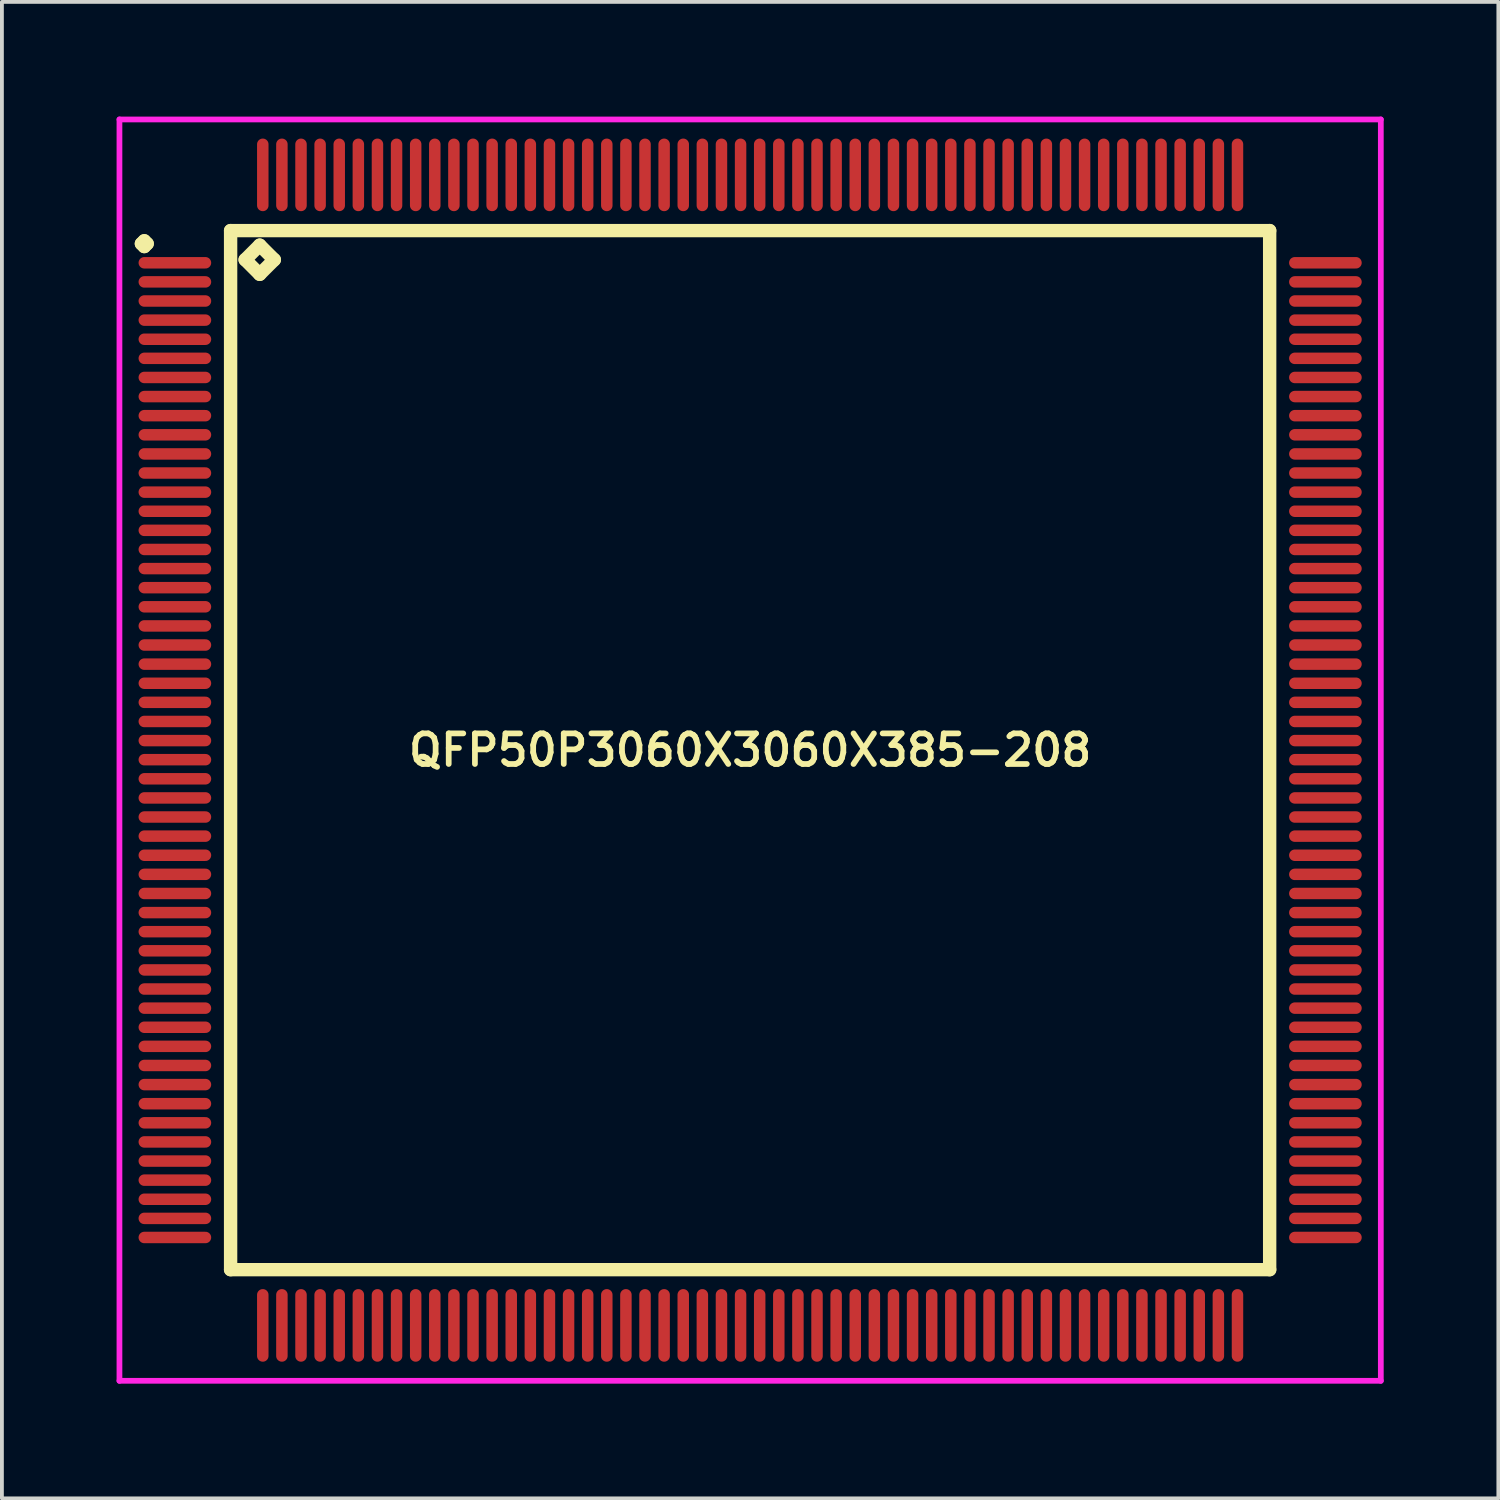
<source format=kicad_pcb>
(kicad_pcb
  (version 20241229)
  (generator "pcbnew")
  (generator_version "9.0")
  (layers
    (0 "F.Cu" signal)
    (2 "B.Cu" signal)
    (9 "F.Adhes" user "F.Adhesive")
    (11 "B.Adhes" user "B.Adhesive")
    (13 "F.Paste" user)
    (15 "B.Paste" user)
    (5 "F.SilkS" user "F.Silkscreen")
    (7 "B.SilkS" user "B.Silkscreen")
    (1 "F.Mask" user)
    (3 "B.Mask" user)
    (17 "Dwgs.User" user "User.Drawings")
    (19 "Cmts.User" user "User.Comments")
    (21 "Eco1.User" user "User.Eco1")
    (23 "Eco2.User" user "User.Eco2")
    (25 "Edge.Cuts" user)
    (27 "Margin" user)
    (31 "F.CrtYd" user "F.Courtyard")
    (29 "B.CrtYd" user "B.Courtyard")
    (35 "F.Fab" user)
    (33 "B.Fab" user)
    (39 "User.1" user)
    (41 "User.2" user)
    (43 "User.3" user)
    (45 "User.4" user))
  (footprint "QFP50P3060X3060X385-208"
    (layer "F.Cu")
    (at 16.575 16.575)
    (property "Reference" "QFP50P3060X3060X385-208" (at 0 0 0) (layer "F.SilkS") (effects (font (size 0.8 0.8) (thickness 0.15))))
    (attr smd)
    (fp_line (start -15.925 -13.25) (end -15.85 -13.325) (stroke (width 0.35) (type solid)) (layer "F.SilkS"))
    (fp_line (start -15.85 -13.325) (end -15.775 -13.25) (stroke (width 0.35) (type solid)) (layer "F.SilkS"))
    (fp_line (start -15.85 -13.175) (end -15.925 -13.25) (stroke (width 0.35) (type solid)) (layer "F.SilkS"))
    (fp_line (start -15.775 -13.25) (end -15.85 -13.175) (stroke (width 0.35) (type solid)) (layer "F.SilkS"))
    (fp_line (start -13.592 -13.592) (end -13.592 13.592) (stroke (width 0.35) (type solid)) (layer "F.SilkS"))
    (fp_line (start -13.592 13.592) (end 13.592 13.592) (stroke (width 0.35) (type solid)) (layer "F.SilkS"))
    (fp_line (start -13.211 -12.83) (end -12.83 -13.211) (stroke (width 0.35) (type solid)) (layer "F.SilkS"))
    (fp_line (start -12.83 -13.211) (end -12.449 -12.83) (stroke (width 0.35) (type solid)) (layer "F.SilkS"))
    (fp_line (start -12.83 -12.449) (end -13.211 -12.83) (stroke (width 0.35) (type solid)) (layer "F.SilkS"))
    (fp_line (start -12.449 -12.83) (end -12.83 -12.449) (stroke (width 0.35) (type solid)) (layer "F.SilkS"))
    (fp_line (start 13.592 -13.592) (end -13.592 -13.592) (stroke (width 0.35) (type solid)) (layer "F.SilkS"))
    (fp_line (start 13.592 13.592) (end 13.592 -13.592) (stroke (width 0.35) (type solid)) (layer "F.SilkS"))
    (fp_line (start -16.5 -16.5) (end 16.5 -16.5) (stroke (width 0.15) (type solid)) (layer "F.CrtYd"))
    (fp_line (start -16.5 16.5) (end -16.5 -16.5) (stroke (width 0.15) (type solid)) (layer "F.CrtYd"))
    (fp_line (start 16.5 -16.5) (end 16.5 16.5) (stroke (width 0.15) (type solid)) (layer "F.CrtYd"))
    (fp_line (start 16.5 16.5) (end -16.5 16.5) (stroke (width 0.15) (type solid)) (layer "F.CrtYd"))
    (pad "1" smd oval (at -15.05 -12.75) (size 1.9 0.3) (layers "F.Cu" "F.Mask" "F.Paste"))
    (pad "2" smd oval (at -15.05 -12.25) (size 1.9 0.3) (layers "F.Cu" "F.Mask" "F.Paste"))
    (pad "3" smd oval (at -15.05 -11.75) (size 1.9 0.3) (layers "F.Cu" "F.Mask" "F.Paste"))
    (pad "4" smd oval (at -15.05 -11.25) (size 1.9 0.3) (layers "F.Cu" "F.Mask" "F.Paste"))
    (pad "5" smd oval (at -15.05 -10.75) (size 1.9 0.3) (layers "F.Cu" "F.Mask" "F.Paste"))
    (pad "6" smd oval (at -15.05 -10.25) (size 1.9 0.3) (layers "F.Cu" "F.Mask" "F.Paste"))
    (pad "7" smd oval (at -15.05 -9.75) (size 1.9 0.3) (layers "F.Cu" "F.Mask" "F.Paste"))
    (pad "8" smd oval (at -15.05 -9.25) (size 1.9 0.3) (layers "F.Cu" "F.Mask" "F.Paste"))
    (pad "9" smd oval (at -15.05 -8.75) (size 1.9 0.3) (layers "F.Cu" "F.Mask" "F.Paste"))
    (pad "10" smd oval (at -15.05 -8.25) (size 1.9 0.3) (layers "F.Cu" "F.Mask" "F.Paste"))
    (pad "11" smd oval (at -15.05 -7.75) (size 1.9 0.3) (layers "F.Cu" "F.Mask" "F.Paste"))
    (pad "12" smd oval (at -15.05 -7.25) (size 1.9 0.3) (layers "F.Cu" "F.Mask" "F.Paste"))
    (pad "13" smd oval (at -15.05 -6.75) (size 1.9 0.3) (layers "F.Cu" "F.Mask" "F.Paste"))
    (pad "14" smd oval (at -15.05 -6.25) (size 1.9 0.3) (layers "F.Cu" "F.Mask" "F.Paste"))
    (pad "15" smd oval (at -15.05 -5.75) (size 1.9 0.3) (layers "F.Cu" "F.Mask" "F.Paste"))
    (pad "16" smd oval (at -15.05 -5.25) (size 1.9 0.3) (layers "F.Cu" "F.Mask" "F.Paste"))
    (pad "17" smd oval (at -15.05 -4.75) (size 1.9 0.3) (layers "F.Cu" "F.Mask" "F.Paste"))
    (pad "18" smd oval (at -15.05 -4.25) (size 1.9 0.3) (layers "F.Cu" "F.Mask" "F.Paste"))
    (pad "19" smd oval (at -15.05 -3.75) (size 1.9 0.3) (layers "F.Cu" "F.Mask" "F.Paste"))
    (pad "20" smd oval (at -15.05 -3.25) (size 1.9 0.3) (layers "F.Cu" "F.Mask" "F.Paste"))
    (pad "21" smd oval (at -15.05 -2.75) (size 1.9 0.3) (layers "F.Cu" "F.Mask" "F.Paste"))
    (pad "22" smd oval (at -15.05 -2.25) (size 1.9 0.3) (layers "F.Cu" "F.Mask" "F.Paste"))
    (pad "23" smd oval (at -15.05 -1.75) (size 1.9 0.3) (layers "F.Cu" "F.Mask" "F.Paste"))
    (pad "24" smd oval (at -15.05 -1.25) (size 1.9 0.3) (layers "F.Cu" "F.Mask" "F.Paste"))
    (pad "25" smd oval (at -15.05 -0.75) (size 1.9 0.3) (layers "F.Cu" "F.Mask" "F.Paste"))
    (pad "26" smd oval (at -15.05 -0.25) (size 1.9 0.3) (layers "F.Cu" "F.Mask" "F.Paste"))
    (pad "27" smd oval (at -15.05 0.25) (size 1.9 0.3) (layers "F.Cu" "F.Mask" "F.Paste"))
    (pad "28" smd oval (at -15.05 0.75) (size 1.9 0.3) (layers "F.Cu" "F.Mask" "F.Paste"))
    (pad "29" smd oval (at -15.05 1.25) (size 1.9 0.3) (layers "F.Cu" "F.Mask" "F.Paste"))
    (pad "30" smd oval (at -15.05 1.75) (size 1.9 0.3) (layers "F.Cu" "F.Mask" "F.Paste"))
    (pad "31" smd oval (at -15.05 2.25) (size 1.9 0.3) (layers "F.Cu" "F.Mask" "F.Paste"))
    (pad "32" smd oval (at -15.05 2.75) (size 1.9 0.3) (layers "F.Cu" "F.Mask" "F.Paste"))
    (pad "33" smd oval (at -15.05 3.25) (size 1.9 0.3) (layers "F.Cu" "F.Mask" "F.Paste"))
    (pad "34" smd oval (at -15.05 3.75) (size 1.9 0.3) (layers "F.Cu" "F.Mask" "F.Paste"))
    (pad "35" smd oval (at -15.05 4.25) (size 1.9 0.3) (layers "F.Cu" "F.Mask" "F.Paste"))
    (pad "36" smd oval (at -15.05 4.75) (size 1.9 0.3) (layers "F.Cu" "F.Mask" "F.Paste"))
    (pad "37" smd oval (at -15.05 5.25) (size 1.9 0.3) (layers "F.Cu" "F.Mask" "F.Paste"))
    (pad "38" smd oval (at -15.05 5.75) (size 1.9 0.3) (layers "F.Cu" "F.Mask" "F.Paste"))
    (pad "39" smd oval (at -15.05 6.25) (size 1.9 0.3) (layers "F.Cu" "F.Mask" "F.Paste"))
    (pad "40" smd oval (at -15.05 6.75) (size 1.9 0.3) (layers "F.Cu" "F.Mask" "F.Paste"))
    (pad "41" smd oval (at -15.05 7.25) (size 1.9 0.3) (layers "F.Cu" "F.Mask" "F.Paste"))
    (pad "42" smd oval (at -15.05 7.75) (size 1.9 0.3) (layers "F.Cu" "F.Mask" "F.Paste"))
    (pad "43" smd oval (at -15.05 8.25) (size 1.9 0.3) (layers "F.Cu" "F.Mask" "F.Paste"))
    (pad "44" smd oval (at -15.05 8.75) (size 1.9 0.3) (layers "F.Cu" "F.Mask" "F.Paste"))
    (pad "45" smd oval (at -15.05 9.25) (size 1.9 0.3) (layers "F.Cu" "F.Mask" "F.Paste"))
    (pad "46" smd oval (at -15.05 9.75) (size 1.9 0.3) (layers "F.Cu" "F.Mask" "F.Paste"))
    (pad "47" smd oval (at -15.05 10.25) (size 1.9 0.3) (layers "F.Cu" "F.Mask" "F.Paste"))
    (pad "48" smd oval (at -15.05 10.75) (size 1.9 0.3) (layers "F.Cu" "F.Mask" "F.Paste"))
    (pad "49" smd oval (at -15.05 11.25) (size 1.9 0.3) (layers "F.Cu" "F.Mask" "F.Paste"))
    (pad "50" smd oval (at -15.05 11.75) (size 1.9 0.3) (layers "F.Cu" "F.Mask" "F.Paste"))
    (pad "51" smd oval (at -15.05 12.25) (size 1.9 0.3) (layers "F.Cu" "F.Mask" "F.Paste"))
    (pad "52" smd oval (at -15.05 12.75) (size 1.9 0.3) (layers "F.Cu" "F.Mask" "F.Paste"))
    (pad "53" smd oval (at -12.75 15.05) (size 0.3 1.9) (layers "F.Cu" "F.Mask" "F.Paste"))
    (pad "54" smd oval (at -12.25 15.05) (size 0.3 1.9) (layers "F.Cu" "F.Mask" "F.Paste"))
    (pad "55" smd oval (at -11.75 15.05) (size 0.3 1.9) (layers "F.Cu" "F.Mask" "F.Paste"))
    (pad "56" smd oval (at -11.25 15.05) (size 0.3 1.9) (layers "F.Cu" "F.Mask" "F.Paste"))
    (pad "57" smd oval (at -10.75 15.05) (size 0.3 1.9) (layers "F.Cu" "F.Mask" "F.Paste"))
    (pad "58" smd oval (at -10.25 15.05) (size 0.3 1.9) (layers "F.Cu" "F.Mask" "F.Paste"))
    (pad "59" smd oval (at -9.75 15.05) (size 0.3 1.9) (layers "F.Cu" "F.Mask" "F.Paste"))
    (pad "60" smd oval (at -9.25 15.05) (size 0.3 1.9) (layers "F.Cu" "F.Mask" "F.Paste"))
    (pad "61" smd oval (at -8.75 15.05) (size 0.3 1.9) (layers "F.Cu" "F.Mask" "F.Paste"))
    (pad "62" smd oval (at -8.25 15.05) (size 0.3 1.9) (layers "F.Cu" "F.Mask" "F.Paste"))
    (pad "63" smd oval (at -7.75 15.05) (size 0.3 1.9) (layers "F.Cu" "F.Mask" "F.Paste"))
    (pad "64" smd oval (at -7.25 15.05) (size 0.3 1.9) (layers "F.Cu" "F.Mask" "F.Paste"))
    (pad "65" smd oval (at -6.75 15.05) (size 0.3 1.9) (layers "F.Cu" "F.Mask" "F.Paste"))
    (pad "66" smd oval (at -6.25 15.05) (size 0.3 1.9) (layers "F.Cu" "F.Mask" "F.Paste"))
    (pad "67" smd oval (at -5.75 15.05) (size 0.3 1.9) (layers "F.Cu" "F.Mask" "F.Paste"))
    (pad "68" smd oval (at -5.25 15.05) (size 0.3 1.9) (layers "F.Cu" "F.Mask" "F.Paste"))
    (pad "69" smd oval (at -4.75 15.05) (size 0.3 1.9) (layers "F.Cu" "F.Mask" "F.Paste"))
    (pad "70" smd oval (at -4.25 15.05) (size 0.3 1.9) (layers "F.Cu" "F.Mask" "F.Paste"))
    (pad "71" smd oval (at -3.75 15.05) (size 0.3 1.9) (layers "F.Cu" "F.Mask" "F.Paste"))
    (pad "72" smd oval (at -3.25 15.05) (size 0.3 1.9) (layers "F.Cu" "F.Mask" "F.Paste"))
    (pad "73" smd oval (at -2.75 15.05) (size 0.3 1.9) (layers "F.Cu" "F.Mask" "F.Paste"))
    (pad "74" smd oval (at -2.25 15.05) (size 0.3 1.9) (layers "F.Cu" "F.Mask" "F.Paste"))
    (pad "75" smd oval (at -1.75 15.05) (size 0.3 1.9) (layers "F.Cu" "F.Mask" "F.Paste"))
    (pad "76" smd oval (at -1.25 15.05) (size 0.3 1.9) (layers "F.Cu" "F.Mask" "F.Paste"))
    (pad "77" smd oval (at -0.75 15.05) (size 0.3 1.9) (layers "F.Cu" "F.Mask" "F.Paste"))
    (pad "78" smd oval (at -0.25 15.05) (size 0.3 1.9) (layers "F.Cu" "F.Mask" "F.Paste"))
    (pad "79" smd oval (at 0.25 15.05) (size 0.3 1.9) (layers "F.Cu" "F.Mask" "F.Paste"))
    (pad "80" smd oval (at 0.75 15.05) (size 0.3 1.9) (layers "F.Cu" "F.Mask" "F.Paste"))
    (pad "81" smd oval (at 1.25 15.05) (size 0.3 1.9) (layers "F.Cu" "F.Mask" "F.Paste"))
    (pad "82" smd oval (at 1.75 15.05) (size 0.3 1.9) (layers "F.Cu" "F.Mask" "F.Paste"))
    (pad "83" smd oval (at 2.25 15.05) (size 0.3 1.9) (layers "F.Cu" "F.Mask" "F.Paste"))
    (pad "84" smd oval (at 2.75 15.05) (size 0.3 1.9) (layers "F.Cu" "F.Mask" "F.Paste"))
    (pad "85" smd oval (at 3.25 15.05) (size 0.3 1.9) (layers "F.Cu" "F.Mask" "F.Paste"))
    (pad "86" smd oval (at 3.75 15.05) (size 0.3 1.9) (layers "F.Cu" "F.Mask" "F.Paste"))
    (pad "87" smd oval (at 4.25 15.05) (size 0.3 1.9) (layers "F.Cu" "F.Mask" "F.Paste"))
    (pad "88" smd oval (at 4.75 15.05) (size 0.3 1.9) (layers "F.Cu" "F.Mask" "F.Paste"))
    (pad "89" smd oval (at 5.25 15.05) (size 0.3 1.9) (layers "F.Cu" "F.Mask" "F.Paste"))
    (pad "90" smd oval (at 5.75 15.05) (size 0.3 1.9) (layers "F.Cu" "F.Mask" "F.Paste"))
    (pad "91" smd oval (at 6.25 15.05) (size 0.3 1.9) (layers "F.Cu" "F.Mask" "F.Paste"))
    (pad "92" smd oval (at 6.75 15.05) (size 0.3 1.9) (layers "F.Cu" "F.Mask" "F.Paste"))
    (pad "93" smd oval (at 7.25 15.05) (size 0.3 1.9) (layers "F.Cu" "F.Mask" "F.Paste"))
    (pad "94" smd oval (at 7.75 15.05) (size 0.3 1.9) (layers "F.Cu" "F.Mask" "F.Paste"))
    (pad "95" smd oval (at 8.25 15.05) (size 0.3 1.9) (layers "F.Cu" "F.Mask" "F.Paste"))
    (pad "96" smd oval (at 8.75 15.05) (size 0.3 1.9) (layers "F.Cu" "F.Mask" "F.Paste"))
    (pad "97" smd oval (at 9.25 15.05) (size 0.3 1.9) (layers "F.Cu" "F.Mask" "F.Paste"))
    (pad "98" smd oval (at 9.75 15.05) (size 0.3 1.9) (layers "F.Cu" "F.Mask" "F.Paste"))
    (pad "99" smd oval (at 10.25 15.05) (size 0.3 1.9) (layers "F.Cu" "F.Mask" "F.Paste"))
    (pad "100" smd oval (at 10.75 15.05) (size 0.3 1.9) (layers "F.Cu" "F.Mask" "F.Paste"))
    (pad "101" smd oval (at 11.25 15.05) (size 0.3 1.9) (layers "F.Cu" "F.Mask" "F.Paste"))
    (pad "102" smd oval (at 11.75 15.05) (size 0.3 1.9) (layers "F.Cu" "F.Mask" "F.Paste"))
    (pad "103" smd oval (at 12.25 15.05) (size 0.3 1.9) (layers "F.Cu" "F.Mask" "F.Paste"))
    (pad "104" smd oval (at 12.75 15.05) (size 0.3 1.9) (layers "F.Cu" "F.Mask" "F.Paste"))
    (pad "105" smd oval (at 15.05 12.75) (size 1.9 0.3) (layers "F.Cu" "F.Mask" "F.Paste"))
    (pad "106" smd oval (at 15.05 12.25) (size 1.9 0.3) (layers "F.Cu" "F.Mask" "F.Paste"))
    (pad "107" smd oval (at 15.05 11.75) (size 1.9 0.3) (layers "F.Cu" "F.Mask" "F.Paste"))
    (pad "108" smd oval (at 15.05 11.25) (size 1.9 0.3) (layers "F.Cu" "F.Mask" "F.Paste"))
    (pad "109" smd oval (at 15.05 10.75) (size 1.9 0.3) (layers "F.Cu" "F.Mask" "F.Paste"))
    (pad "110" smd oval (at 15.05 10.25) (size 1.9 0.3) (layers "F.Cu" "F.Mask" "F.Paste"))
    (pad "111" smd oval (at 15.05 9.75) (size 1.9 0.3) (layers "F.Cu" "F.Mask" "F.Paste"))
    (pad "112" smd oval (at 15.05 9.25) (size 1.9 0.3) (layers "F.Cu" "F.Mask" "F.Paste"))
    (pad "113" smd oval (at 15.05 8.75) (size 1.9 0.3) (layers "F.Cu" "F.Mask" "F.Paste"))
    (pad "114" smd oval (at 15.05 8.25) (size 1.9 0.3) (layers "F.Cu" "F.Mask" "F.Paste"))
    (pad "115" smd oval (at 15.05 7.75) (size 1.9 0.3) (layers "F.Cu" "F.Mask" "F.Paste"))
    (pad "116" smd oval (at 15.05 7.25) (size 1.9 0.3) (layers "F.Cu" "F.Mask" "F.Paste"))
    (pad "117" smd oval (at 15.05 6.75) (size 1.9 0.3) (layers "F.Cu" "F.Mask" "F.Paste"))
    (pad "118" smd oval (at 15.05 6.25) (size 1.9 0.3) (layers "F.Cu" "F.Mask" "F.Paste"))
    (pad "119" smd oval (at 15.05 5.75) (size 1.9 0.3) (layers "F.Cu" "F.Mask" "F.Paste"))
    (pad "120" smd oval (at 15.05 5.25) (size 1.9 0.3) (layers "F.Cu" "F.Mask" "F.Paste"))
    (pad "121" smd oval (at 15.05 4.75) (size 1.9 0.3) (layers "F.Cu" "F.Mask" "F.Paste"))
    (pad "122" smd oval (at 15.05 4.25) (size 1.9 0.3) (layers "F.Cu" "F.Mask" "F.Paste"))
    (pad "123" smd oval (at 15.05 3.75) (size 1.9 0.3) (layers "F.Cu" "F.Mask" "F.Paste"))
    (pad "124" smd oval (at 15.05 3.25) (size 1.9 0.3) (layers "F.Cu" "F.Mask" "F.Paste"))
    (pad "125" smd oval (at 15.05 2.75) (size 1.9 0.3) (layers "F.Cu" "F.Mask" "F.Paste"))
    (pad "126" smd oval (at 15.05 2.25) (size 1.9 0.3) (layers "F.Cu" "F.Mask" "F.Paste"))
    (pad "127" smd oval (at 15.05 1.75) (size 1.9 0.3) (layers "F.Cu" "F.Mask" "F.Paste"))
    (pad "128" smd oval (at 15.05 1.25) (size 1.9 0.3) (layers "F.Cu" "F.Mask" "F.Paste"))
    (pad "129" smd oval (at 15.05 0.75) (size 1.9 0.3) (layers "F.Cu" "F.Mask" "F.Paste"))
    (pad "130" smd oval (at 15.05 0.25) (size 1.9 0.3) (layers "F.Cu" "F.Mask" "F.Paste"))
    (pad "131" smd oval (at 15.05 -0.25) (size 1.9 0.3) (layers "F.Cu" "F.Mask" "F.Paste"))
    (pad "132" smd oval (at 15.05 -0.75) (size 1.9 0.3) (layers "F.Cu" "F.Mask" "F.Paste"))
    (pad "133" smd oval (at 15.05 -1.25) (size 1.9 0.3) (layers "F.Cu" "F.Mask" "F.Paste"))
    (pad "134" smd oval (at 15.05 -1.75) (size 1.9 0.3) (layers "F.Cu" "F.Mask" "F.Paste"))
    (pad "135" smd oval (at 15.05 -2.25) (size 1.9 0.3) (layers "F.Cu" "F.Mask" "F.Paste"))
    (pad "136" smd oval (at 15.05 -2.75) (size 1.9 0.3) (layers "F.Cu" "F.Mask" "F.Paste"))
    (pad "137" smd oval (at 15.05 -3.25) (size 1.9 0.3) (layers "F.Cu" "F.Mask" "F.Paste"))
    (pad "138" smd oval (at 15.05 -3.75) (size 1.9 0.3) (layers "F.Cu" "F.Mask" "F.Paste"))
    (pad "139" smd oval (at 15.05 -4.25) (size 1.9 0.3) (layers "F.Cu" "F.Mask" "F.Paste"))
    (pad "140" smd oval (at 15.05 -4.75) (size 1.9 0.3) (layers "F.Cu" "F.Mask" "F.Paste"))
    (pad "141" smd oval (at 15.05 -5.25) (size 1.9 0.3) (layers "F.Cu" "F.Mask" "F.Paste"))
    (pad "142" smd oval (at 15.05 -5.75) (size 1.9 0.3) (layers "F.Cu" "F.Mask" "F.Paste"))
    (pad "143" smd oval (at 15.05 -6.25) (size 1.9 0.3) (layers "F.Cu" "F.Mask" "F.Paste"))
    (pad "144" smd oval (at 15.05 -6.75) (size 1.9 0.3) (layers "F.Cu" "F.Mask" "F.Paste"))
    (pad "145" smd oval (at 15.05 -7.25) (size 1.9 0.3) (layers "F.Cu" "F.Mask" "F.Paste"))
    (pad "146" smd oval (at 15.05 -7.75) (size 1.9 0.3) (layers "F.Cu" "F.Mask" "F.Paste"))
    (pad "147" smd oval (at 15.05 -8.25) (size 1.9 0.3) (layers "F.Cu" "F.Mask" "F.Paste"))
    (pad "148" smd oval (at 15.05 -8.75) (size 1.9 0.3) (layers "F.Cu" "F.Mask" "F.Paste"))
    (pad "149" smd oval (at 15.05 -9.25) (size 1.9 0.3) (layers "F.Cu" "F.Mask" "F.Paste"))
    (pad "150" smd oval (at 15.05 -9.75) (size 1.9 0.3) (layers "F.Cu" "F.Mask" "F.Paste"))
    (pad "151" smd oval (at 15.05 -10.25) (size 1.9 0.3) (layers "F.Cu" "F.Mask" "F.Paste"))
    (pad "152" smd oval (at 15.05 -10.75) (size 1.9 0.3) (layers "F.Cu" "F.Mask" "F.Paste"))
    (pad "153" smd oval (at 15.05 -11.25) (size 1.9 0.3) (layers "F.Cu" "F.Mask" "F.Paste"))
    (pad "154" smd oval (at 15.05 -11.75) (size 1.9 0.3) (layers "F.Cu" "F.Mask" "F.Paste"))
    (pad "155" smd oval (at 15.05 -12.25) (size 1.9 0.3) (layers "F.Cu" "F.Mask" "F.Paste"))
    (pad "156" smd oval (at 15.05 -12.75) (size 1.9 0.3) (layers "F.Cu" "F.Mask" "F.Paste"))
    (pad "157" smd oval (at 12.75 -15.05) (size 0.3 1.9) (layers "F.Cu" "F.Mask" "F.Paste"))
    (pad "158" smd oval (at 12.25 -15.05) (size 0.3 1.9) (layers "F.Cu" "F.Mask" "F.Paste"))
    (pad "159" smd oval (at 11.75 -15.05) (size 0.3 1.9) (layers "F.Cu" "F.Mask" "F.Paste"))
    (pad "160" smd oval (at 11.25 -15.05) (size 0.3 1.9) (layers "F.Cu" "F.Mask" "F.Paste"))
    (pad "161" smd oval (at 10.75 -15.05) (size 0.3 1.9) (layers "F.Cu" "F.Mask" "F.Paste"))
    (pad "162" smd oval (at 10.25 -15.05) (size 0.3 1.9) (layers "F.Cu" "F.Mask" "F.Paste"))
    (pad "163" smd oval (at 9.75 -15.05) (size 0.3 1.9) (layers "F.Cu" "F.Mask" "F.Paste"))
    (pad "164" smd oval (at 9.25 -15.05) (size 0.3 1.9) (layers "F.Cu" "F.Mask" "F.Paste"))
    (pad "165" smd oval (at 8.75 -15.05) (size 0.3 1.9) (layers "F.Cu" "F.Mask" "F.Paste"))
    (pad "166" smd oval (at 8.25 -15.05) (size 0.3 1.9) (layers "F.Cu" "F.Mask" "F.Paste"))
    (pad "167" smd oval (at 7.75 -15.05) (size 0.3 1.9) (layers "F.Cu" "F.Mask" "F.Paste"))
    (pad "168" smd oval (at 7.25 -15.05) (size 0.3 1.9) (layers "F.Cu" "F.Mask" "F.Paste"))
    (pad "169" smd oval (at 6.75 -15.05) (size 0.3 1.9) (layers "F.Cu" "F.Mask" "F.Paste"))
    (pad "170" smd oval (at 6.25 -15.05) (size 0.3 1.9) (layers "F.Cu" "F.Mask" "F.Paste"))
    (pad "171" smd oval (at 5.75 -15.05) (size 0.3 1.9) (layers "F.Cu" "F.Mask" "F.Paste"))
    (pad "172" smd oval (at 5.25 -15.05) (size 0.3 1.9) (layers "F.Cu" "F.Mask" "F.Paste"))
    (pad "173" smd oval (at 4.75 -15.05) (size 0.3 1.9) (layers "F.Cu" "F.Mask" "F.Paste"))
    (pad "174" smd oval (at 4.25 -15.05) (size 0.3 1.9) (layers "F.Cu" "F.Mask" "F.Paste"))
    (pad "175" smd oval (at 3.75 -15.05) (size 0.3 1.9) (layers "F.Cu" "F.Mask" "F.Paste"))
    (pad "176" smd oval (at 3.25 -15.05) (size 0.3 1.9) (layers "F.Cu" "F.Mask" "F.Paste"))
    (pad "177" smd oval (at 2.75 -15.05) (size 0.3 1.9) (layers "F.Cu" "F.Mask" "F.Paste"))
    (pad "178" smd oval (at 2.25 -15.05) (size 0.3 1.9) (layers "F.Cu" "F.Mask" "F.Paste"))
    (pad "179" smd oval (at 1.75 -15.05) (size 0.3 1.9) (layers "F.Cu" "F.Mask" "F.Paste"))
    (pad "180" smd oval (at 1.25 -15.05) (size 0.3 1.9) (layers "F.Cu" "F.Mask" "F.Paste"))
    (pad "181" smd oval (at 0.75 -15.05) (size 0.3 1.9) (layers "F.Cu" "F.Mask" "F.Paste"))
    (pad "182" smd oval (at 0.25 -15.05) (size 0.3 1.9) (layers "F.Cu" "F.Mask" "F.Paste"))
    (pad "183" smd oval (at -0.25 -15.05) (size 0.3 1.9) (layers "F.Cu" "F.Mask" "F.Paste"))
    (pad "184" smd oval (at -0.75 -15.05) (size 0.3 1.9) (layers "F.Cu" "F.Mask" "F.Paste"))
    (pad "185" smd oval (at -1.25 -15.05) (size 0.3 1.9) (layers "F.Cu" "F.Mask" "F.Paste"))
    (pad "186" smd oval (at -1.75 -15.05) (size 0.3 1.9) (layers "F.Cu" "F.Mask" "F.Paste"))
    (pad "187" smd oval (at -2.25 -15.05) (size 0.3 1.9) (layers "F.Cu" "F.Mask" "F.Paste"))
    (pad "188" smd oval (at -2.75 -15.05) (size 0.3 1.9) (layers "F.Cu" "F.Mask" "F.Paste"))
    (pad "189" smd oval (at -3.25 -15.05) (size 0.3 1.9) (layers "F.Cu" "F.Mask" "F.Paste"))
    (pad "190" smd oval (at -3.75 -15.05) (size 0.3 1.9) (layers "F.Cu" "F.Mask" "F.Paste"))
    (pad "191" smd oval (at -4.25 -15.05) (size 0.3 1.9) (layers "F.Cu" "F.Mask" "F.Paste"))
    (pad "192" smd oval (at -4.75 -15.05) (size 0.3 1.9) (layers "F.Cu" "F.Mask" "F.Paste"))
    (pad "193" smd oval (at -5.25 -15.05) (size 0.3 1.9) (layers "F.Cu" "F.Mask" "F.Paste"))
    (pad "194" smd oval (at -5.75 -15.05) (size 0.3 1.9) (layers "F.Cu" "F.Mask" "F.Paste"))
    (pad "195" smd oval (at -6.25 -15.05) (size 0.3 1.9) (layers "F.Cu" "F.Mask" "F.Paste"))
    (pad "196" smd oval (at -6.75 -15.05) (size 0.3 1.9) (layers "F.Cu" "F.Mask" "F.Paste"))
    (pad "197" smd oval (at -7.25 -15.05) (size 0.3 1.9) (layers "F.Cu" "F.Mask" "F.Paste"))
    (pad "198" smd oval (at -7.75 -15.05) (size 0.3 1.9) (layers "F.Cu" "F.Mask" "F.Paste"))
    (pad "199" smd oval (at -8.25 -15.05) (size 0.3 1.9) (layers "F.Cu" "F.Mask" "F.Paste"))
    (pad "200" smd oval (at -8.75 -15.05) (size 0.3 1.9) (layers "F.Cu" "F.Mask" "F.Paste"))
    (pad "201" smd oval (at -9.25 -15.05) (size 0.3 1.9) (layers "F.Cu" "F.Mask" "F.Paste"))
    (pad "202" smd oval (at -9.75 -15.05) (size 0.3 1.9) (layers "F.Cu" "F.Mask" "F.Paste"))
    (pad "203" smd oval (at -10.25 -15.05) (size 0.3 1.9) (layers "F.Cu" "F.Mask" "F.Paste"))
    (pad "204" smd oval (at -10.75 -15.05) (size 0.3 1.9) (layers "F.Cu" "F.Mask" "F.Paste"))
    (pad "205" smd oval (at -11.25 -15.05) (size 0.3 1.9) (layers "F.Cu" "F.Mask" "F.Paste"))
    (pad "206" smd oval (at -11.75 -15.05) (size 0.3 1.9) (layers "F.Cu" "F.Mask" "F.Paste"))
    (pad "207" smd oval (at -12.25 -15.05) (size 0.3 1.9) (layers "F.Cu" "F.Mask" "F.Paste"))
    (pad "208" smd oval (at -12.75 -15.05) (size 0.3 1.9) (layers "F.Cu" "F.Mask" "F.Paste")))
  (gr_rect
    (start -3 -3)
    (end 36.15 36.15)
    (stroke (width 0.1) (type default))
    (fill no)
    (layer "Edge.Cuts")))
</source>
